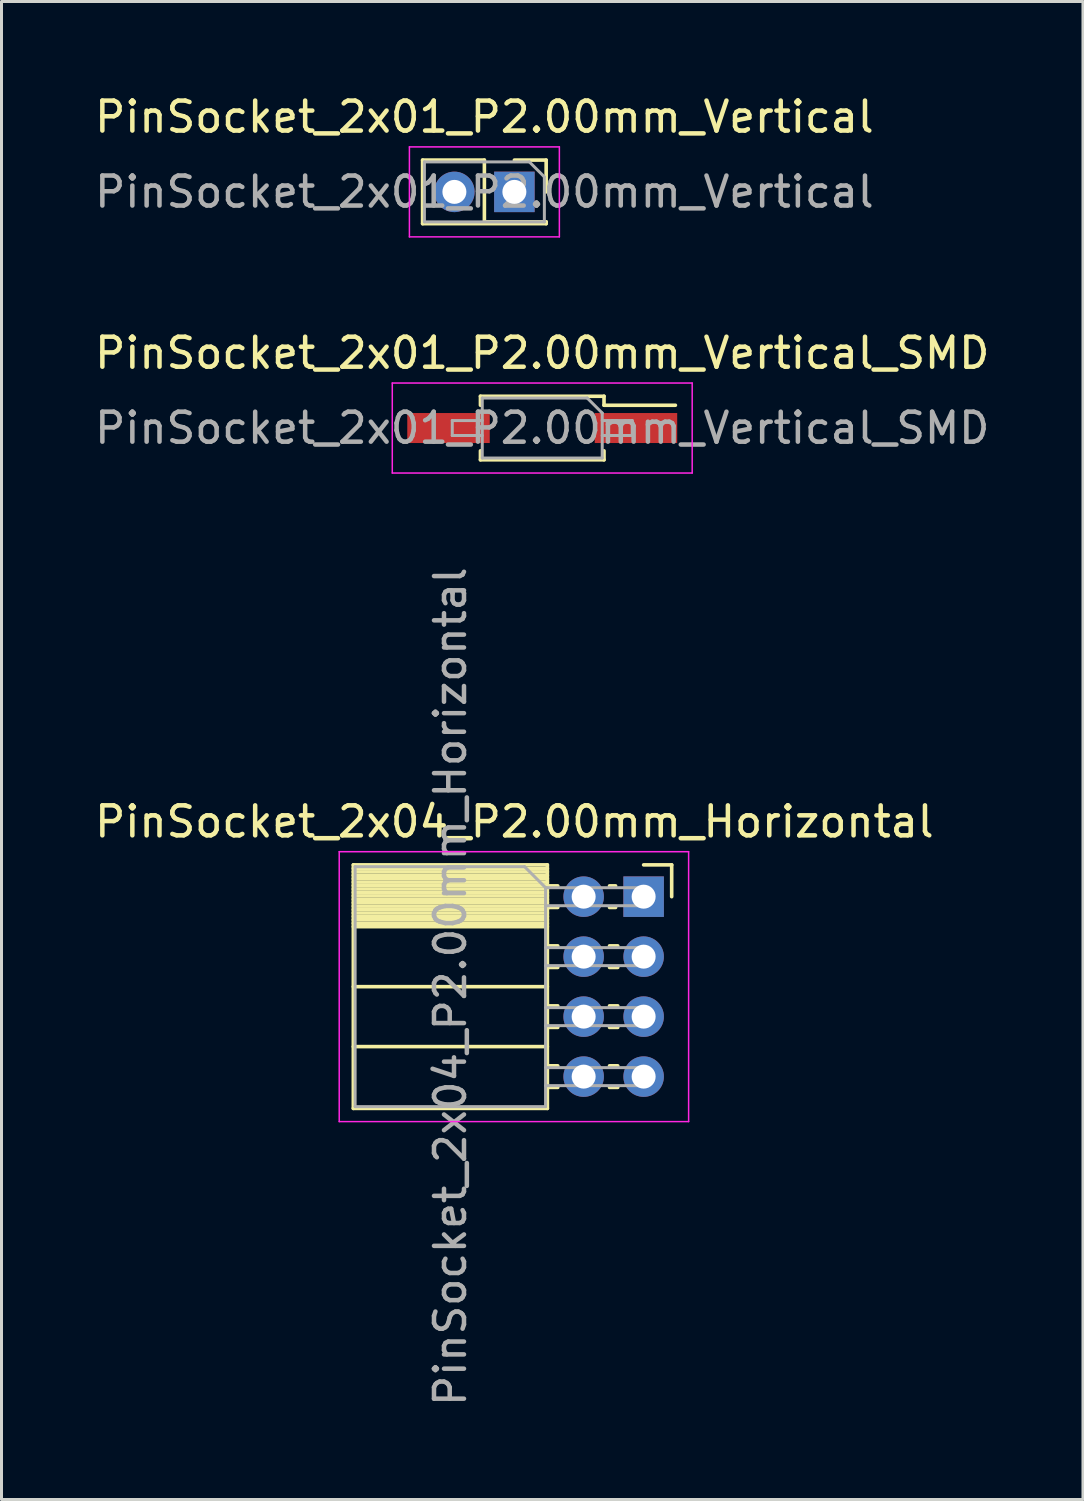
<source format=kicad_pcb>
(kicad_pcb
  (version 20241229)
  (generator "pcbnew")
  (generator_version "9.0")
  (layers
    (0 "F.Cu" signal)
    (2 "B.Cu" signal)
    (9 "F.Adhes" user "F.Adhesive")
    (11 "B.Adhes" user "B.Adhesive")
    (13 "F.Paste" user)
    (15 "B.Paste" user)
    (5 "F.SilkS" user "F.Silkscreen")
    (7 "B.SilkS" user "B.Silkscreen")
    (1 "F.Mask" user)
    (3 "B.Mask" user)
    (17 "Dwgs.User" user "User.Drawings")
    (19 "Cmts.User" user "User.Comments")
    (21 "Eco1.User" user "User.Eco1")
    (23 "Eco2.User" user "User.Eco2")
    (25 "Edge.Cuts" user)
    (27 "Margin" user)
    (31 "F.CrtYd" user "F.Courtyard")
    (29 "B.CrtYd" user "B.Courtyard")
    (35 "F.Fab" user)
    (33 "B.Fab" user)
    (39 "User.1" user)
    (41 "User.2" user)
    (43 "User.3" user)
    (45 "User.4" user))
  (footprint "PinSocket_2x01_P2.00mm_Vertical"
    (layer "F.Cu")
    (at 14.101 3.348)
    (property "Reference" "PinSocket_2x01_P2.00mm_Vertical" (at -1 -2.5 0) (layer "F.SilkS") (effects (font (size 1 1) (thickness 0.15))))
    (attr through_hole)
    (fp_line (start -3.06 -1.06) (end -3.06 1.06) (stroke (width 0.12) (type solid)) (layer "F.SilkS"))
    (fp_line (start -3.06 -1.06) (end -1 -1.06) (stroke (width 0.12) (type solid)) (layer "F.SilkS"))
    (fp_line (start -3.06 1.06) (end 1.06 1.06) (stroke (width 0.12) (type solid)) (layer "F.SilkS"))
    (fp_line (start -1 -1.06) (end -1 1) (stroke (width 0.12) (type solid)) (layer "F.SilkS"))
    (fp_line (start -1 1) (end 1.06 1) (stroke (width 0.12) (type solid)) (layer "F.SilkS"))
    (fp_line (start 0 -1.06) (end 1.06 -1.06) (stroke (width 0.12) (type solid)) (layer "F.SilkS"))
    (fp_line (start 1.06 -1.06) (end 1.06 0) (stroke (width 0.12) (type solid)) (layer "F.SilkS"))
    (fp_line (start 1.06 1) (end 1.06 1.06) (stroke (width 0.12) (type solid)) (layer "F.SilkS"))
    (fp_line (start -3.5 -1.5) (end 1.5 -1.5) (stroke (width 0.05) (type solid)) (layer "F.CrtYd"))
    (fp_line (start -3.5 1.5) (end -3.5 -1.5) (stroke (width 0.05) (type solid)) (layer "F.CrtYd"))
    (fp_line (start 1.5 -1.5) (end 1.5 1.5) (stroke (width 0.05) (type solid)) (layer "F.CrtYd"))
    (fp_line (start 1.5 1.5) (end -3.5 1.5) (stroke (width 0.05) (type solid)) (layer "F.CrtYd"))
    (fp_line (start -3 -1) (end 0.5 -1) (stroke (width 0.1) (type solid)) (layer "F.Fab"))
    (fp_line (start -3 1) (end -3 -1) (stroke (width 0.1) (type solid)) (layer "F.Fab"))
    (fp_line (start 0.5 -1) (end 1 -0.5) (stroke (width 0.1) (type solid)) (layer "F.Fab"))
    (fp_line (start 1 -0.5) (end 1 1) (stroke (width 0.1) (type solid)) (layer "F.Fab"))
    (fp_line (start 1 1) (end -3 1) (stroke (width 0.1) (type solid)) (layer "F.Fab"))
    (fp_text user "${REFERENCE}" (at -1 0 0) (layer "F.Fab") (effects (font (size 1 1) (thickness 0.15))))
    (pad "1" thru_hole rect (at 0 0) (size 1.35 1.35) (drill 0.8) (layers "*.Cu" "*.Mask"))
    (pad "2" thru_hole oval (at -2 0) (size 1.35 1.35) (drill 0.8) (layers "*.Cu" "*.Mask")))
  (footprint "PinSocket_2x04_P2.00mm_Horizontal"
    (layer "F.Cu")
    (at 18.411 26.848)
    (property "Reference" "PinSocket_2x04_P2.00mm_Horizontal" (at -4.31 -2.5 0) (layer "F.SilkS") (effects (font (size 1 1) (thickness 0.15))))
    (attr through_hole)
    (fp_line (start -9.68 -1.06) (end -9.68 7.06) (stroke (width 0.12) (type solid)) (layer "F.SilkS"))
    (fp_line (start -9.68 -1.06) (end -3.21 -1.06) (stroke (width 0.12) (type solid)) (layer "F.SilkS"))
    (fp_line (start -9.68 -0.94) (end -3.21 -0.94) (stroke (width 0.12) (type solid)) (layer "F.SilkS"))
    (fp_line (start -9.68 -0.826) (end -3.21 -0.826) (stroke (width 0.12) (type solid)) (layer "F.SilkS"))
    (fp_line (start -9.68 -0.712) (end -3.21 -0.712) (stroke (width 0.12) (type solid)) (layer "F.SilkS"))
    (fp_line (start -9.68 -0.598) (end -3.21 -0.598) (stroke (width 0.12) (type solid)) (layer "F.SilkS"))
    (fp_line (start -9.68 -0.484) (end -3.21 -0.484) (stroke (width 0.12) (type solid)) (layer "F.SilkS"))
    (fp_line (start -9.68 -0.369) (end -3.21 -0.369) (stroke (width 0.12) (type solid)) (layer "F.SilkS"))
    (fp_line (start -9.68 -0.255) (end -3.21 -0.255) (stroke (width 0.12) (type solid)) (layer "F.SilkS"))
    (fp_line (start -9.68 -0.141) (end -3.21 -0.141) (stroke (width 0.12) (type solid)) (layer "F.SilkS"))
    (fp_line (start -9.68 -0.027) (end -3.21 -0.027) (stroke (width 0.12) (type solid)) (layer "F.SilkS"))
    (fp_line (start -9.68 0.087) (end -3.21 0.087) (stroke (width 0.12) (type solid)) (layer "F.SilkS"))
    (fp_line (start -9.68 0.201) (end -3.21 0.201) (stroke (width 0.12) (type solid)) (layer "F.SilkS"))
    (fp_line (start -9.68 0.315) (end -3.21 0.315) (stroke (width 0.12) (type solid)) (layer "F.SilkS"))
    (fp_line (start -9.68 0.429) (end -3.21 0.429) (stroke (width 0.12) (type solid)) (layer "F.SilkS"))
    (fp_line (start -9.68 0.544) (end -3.21 0.544) (stroke (width 0.12) (type solid)) (layer "F.SilkS"))
    (fp_line (start -9.68 0.658) (end -3.21 0.658) (stroke (width 0.12) (type solid)) (layer "F.SilkS"))
    (fp_line (start -9.68 0.772) (end -3.21 0.772) (stroke (width 0.12) (type solid)) (layer "F.SilkS"))
    (fp_line (start -9.68 0.886) (end -3.21 0.886) (stroke (width 0.12) (type solid)) (layer "F.SilkS"))
    (fp_line (start -9.68 1) (end -3.21 1) (stroke (width 0.12) (type solid)) (layer "F.SilkS"))
    (fp_line (start -9.68 3) (end -3.21 3) (stroke (width 0.12) (type solid)) (layer "F.SilkS"))
    (fp_line (start -9.68 5) (end -3.21 5) (stroke (width 0.12) (type solid)) (layer "F.SilkS"))
    (fp_line (start -9.68 7.06) (end -3.21 7.06) (stroke (width 0.12) (type solid)) (layer "F.SilkS"))
    (fp_line (start -3.21 -1.06) (end -3.21 7.06) (stroke (width 0.12) (type solid)) (layer "F.SilkS"))
    (fp_line (start -3.21 -0.36) (end -2.863 -0.36) (stroke (width 0.12) (type solid)) (layer "F.SilkS"))
    (fp_line (start -3.21 0.36) (end -2.863 0.36) (stroke (width 0.12) (type solid)) (layer "F.SilkS"))
    (fp_line (start -3.21 1.64) (end -2.863 1.64) (stroke (width 0.12) (type solid)) (layer "F.SilkS"))
    (fp_line (start -3.21 2.36) (end -2.863 2.36) (stroke (width 0.12) (type solid)) (layer "F.SilkS"))
    (fp_line (start -3.21 3.64) (end -2.863 3.64) (stroke (width 0.12) (type solid)) (layer "F.SilkS"))
    (fp_line (start -3.21 4.36) (end -2.863 4.36) (stroke (width 0.12) (type solid)) (layer "F.SilkS"))
    (fp_line (start -3.21 5.64) (end -2.863 5.64) (stroke (width 0.12) (type solid)) (layer "F.SilkS"))
    (fp_line (start -3.21 6.36) (end -2.863 6.36) (stroke (width 0.12) (type solid)) (layer "F.SilkS"))
    (fp_line (start -1.137 -0.36) (end -0.935 -0.36) (stroke (width 0.12) (type solid)) (layer "F.SilkS"))
    (fp_line (start -1.137 0.36) (end -0.935 0.36) (stroke (width 0.12) (type solid)) (layer "F.SilkS"))
    (fp_line (start -1.137 1.64) (end -0.863 1.64) (stroke (width 0.12) (type solid)) (layer "F.SilkS"))
    (fp_line (start -1.137 2.36) (end -0.863 2.36) (stroke (width 0.12) (type solid)) (layer "F.SilkS"))
    (fp_line (start -1.137 3.64) (end -0.863 3.64) (stroke (width 0.12) (type solid)) (layer "F.SilkS"))
    (fp_line (start -1.137 4.36) (end -0.863 4.36) (stroke (width 0.12) (type solid)) (layer "F.SilkS"))
    (fp_line (start -1.137 5.64) (end -0.863 5.64) (stroke (width 0.12) (type solid)) (layer "F.SilkS"))
    (fp_line (start -1.137 6.36) (end -0.863 6.36) (stroke (width 0.12) (type solid)) (layer "F.SilkS"))
    (fp_line (start 0 -1.06) (end 0.935 -1.06) (stroke (width 0.12) (type solid)) (layer "F.SilkS"))
    (fp_line (start 0.935 -1.06) (end 0.935 0) (stroke (width 0.12) (type solid)) (layer "F.SilkS"))
    (fp_line (start -10.15 -1.5) (end -10.15 7.5) (stroke (width 0.05) (type solid)) (layer "F.CrtYd"))
    (fp_line (start -10.15 7.5) (end 1.5 7.5) (stroke (width 0.05) (type solid)) (layer "F.CrtYd"))
    (fp_line (start 1.5 -1.5) (end -10.15 -1.5) (stroke (width 0.05) (type solid)) (layer "F.CrtYd"))
    (fp_line (start 1.5 7.5) (end 1.5 -1.5) (stroke (width 0.05) (type solid)) (layer "F.CrtYd"))
    (fp_line (start -9.62 -1) (end -3.97 -1) (stroke (width 0.1) (type solid)) (layer "F.Fab"))
    (fp_line (start -9.62 7) (end -9.62 -1) (stroke (width 0.1) (type solid)) (layer "F.Fab"))
    (fp_line (start -3.97 -1) (end -3.27 -0.3) (stroke (width 0.1) (type solid)) (layer "F.Fab"))
    (fp_line (start -3.27 -0.3) (end -3.27 7) (stroke (width 0.1) (type solid)) (layer "F.Fab"))
    (fp_line (start -3.27 0.3) (end 0 0.3) (stroke (width 0.1) (type solid)) (layer "F.Fab"))
    (fp_line (start -3.27 2.3) (end 0 2.3) (stroke (width 0.1) (type solid)) (layer "F.Fab"))
    (fp_line (start -3.27 4.3) (end 0 4.3) (stroke (width 0.1) (type solid)) (layer "F.Fab"))
    (fp_line (start -3.27 6.3) (end 0 6.3) (stroke (width 0.1) (type solid)) (layer "F.Fab"))
    (fp_line (start -3.27 7) (end -9.62 7) (stroke (width 0.1) (type solid)) (layer "F.Fab"))
    (fp_line (start 0 -0.3) (end -3.27 -0.3) (stroke (width 0.1) (type solid)) (layer "F.Fab"))
    (fp_line (start 0 0.3) (end 0 -0.3) (stroke (width 0.1) (type solid)) (layer "F.Fab"))
    (fp_line (start 0 1.7) (end -3.27 1.7) (stroke (width 0.1) (type solid)) (layer "F.Fab"))
    (fp_line (start 0 2.3) (end 0 1.7) (stroke (width 0.1) (type solid)) (layer "F.Fab"))
    (fp_line (start 0 3.7) (end -3.27 3.7) (stroke (width 0.1) (type solid)) (layer "F.Fab"))
    (fp_line (start 0 4.3) (end 0 3.7) (stroke (width 0.1) (type solid)) (layer "F.Fab"))
    (fp_line (start 0 5.7) (end -3.27 5.7) (stroke (width 0.1) (type solid)) (layer "F.Fab"))
    (fp_line (start 0 6.3) (end 0 5.7) (stroke (width 0.1) (type solid)) (layer "F.Fab"))
    (fp_text user "${REFERENCE}" (at -6.445 3 90) (layer "F.Fab") (effects (font (size 1 1) (thickness 0.15))))
    (pad "1" thru_hole rect (at 0 0) (size 1.35 1.35) (drill 0.8) (layers "*.Cu" "*.Mask"))
    (pad "2" thru_hole oval (at -2 0) (size 1.35 1.35) (drill 0.8) (layers "*.Cu" "*.Mask"))
    (pad "3" thru_hole oval (at 0 2) (size 1.35 1.35) (drill 0.8) (layers "*.Cu" "*.Mask"))
    (pad "4" thru_hole oval (at -2 2) (size 1.35 1.35) (drill 0.8) (layers "*.Cu" "*.Mask"))
    (pad "5" thru_hole oval (at 0 4) (size 1.35 1.35) (drill 0.8) (layers "*.Cu" "*.Mask"))
    (pad "6" thru_hole oval (at -2 4) (size 1.35 1.35) (drill 0.8) (layers "*.Cu" "*.Mask"))
    (pad "7" thru_hole oval (at 0 6) (size 1.35 1.35) (drill 0.8) (layers "*.Cu" "*.Mask"))
    (pad "8" thru_hole oval (at -2 6) (size 1.35 1.35) (drill 0.8) (layers "*.Cu" "*.Mask")))
  (footprint "PinSocket_2x01_P2.00mm_Vertical_SMD"
    (layer "F.Cu")
    (at 15.03 11.222)
    (property "Reference" "PinSocket_2x01_P2.00mm_Vertical_SMD" (at 0 -2.5 0) (layer "F.SilkS") (effects (font (size 1 1) (thickness 0.15))))
    (attr smd)
    (fp_line (start -2.06 -1.06) (end -2.06 -0.76) (stroke (width 0.12) (type solid)) (layer "F.SilkS"))
    (fp_line (start -2.06 -1.06) (end 2.06 -1.06) (stroke (width 0.12) (type solid)) (layer "F.SilkS"))
    (fp_line (start -2.06 0.76) (end -2.06 1.06) (stroke (width 0.12) (type solid)) (layer "F.SilkS"))
    (fp_line (start -2.06 1.06) (end 2.06 1.06) (stroke (width 0.12) (type solid)) (layer "F.SilkS"))
    (fp_line (start 2.06 -1.06) (end 2.06 -0.76) (stroke (width 0.12) (type solid)) (layer "F.SilkS"))
    (fp_line (start 2.06 -0.76) (end 4.44 -0.76) (stroke (width 0.12) (type solid)) (layer "F.SilkS"))
    (fp_line (start 2.06 0.76) (end 2.06 1.06) (stroke (width 0.12) (type solid)) (layer "F.SilkS"))
    (fp_line (start -5 -1.5) (end 5 -1.5) (stroke (width 0.05) (type solid)) (layer "F.CrtYd"))
    (fp_line (start -5 1.5) (end -5 -1.5) (stroke (width 0.05) (type solid)) (layer "F.CrtYd"))
    (fp_line (start 5 -1.5) (end 5 1.5) (stroke (width 0.05) (type solid)) (layer "F.CrtYd"))
    (fp_line (start 5 1.5) (end -5 1.5) (stroke (width 0.05) (type solid)) (layer "F.CrtYd"))
    (fp_line (start -3 -0.25) (end -2 -0.25) (stroke (width 0.1) (type solid)) (layer "F.Fab"))
    (fp_line (start -3 0.25) (end -3 -0.25) (stroke (width 0.1) (type solid)) (layer "F.Fab"))
    (fp_line (start -2 -1) (end 1.5 -1) (stroke (width 0.1) (type solid)) (layer "F.Fab"))
    (fp_line (start -2 0.25) (end -3 0.25) (stroke (width 0.1) (type solid)) (layer "F.Fab"))
    (fp_line (start -2 1) (end -2 -1) (stroke (width 0.1) (type solid)) (layer "F.Fab"))
    (fp_line (start 1.5 -1) (end 2 -0.5) (stroke (width 0.1) (type solid)) (layer "F.Fab"))
    (fp_line (start 2 -0.5) (end 2 1) (stroke (width 0.1) (type solid)) (layer "F.Fab"))
    (fp_line (start 2 -0.25) (end 3 -0.25) (stroke (width 0.1) (type solid)) (layer "F.Fab"))
    (fp_line (start 2 1) (end -2 1) (stroke (width 0.1) (type solid)) (layer "F.Fab"))
    (fp_line (start 3 -0.25) (end 3 0.25) (stroke (width 0.1) (type solid)) (layer "F.Fab"))
    (fp_line (start 3 0.25) (end 2 0.25) (stroke (width 0.1) (type solid)) (layer "F.Fab"))
    (fp_text user "${REFERENCE}" (at 0 0 0) (layer "F.Fab") (effects (font (size 1 1) (thickness 0.15))))
    (pad "1" smd rect (at 3.125 0) (size 2.75 1) (layers "F.Cu" "F.Mask" "F.Paste"))
    (pad "2" smd rect (at -3.125 0) (size 2.75 1) (layers "F.Cu" "F.Mask" "F.Paste")))
  (gr_rect
    (start -3 -3)
    (end 33.06 46.949)
    (stroke (width 0.1) (type default))
    (fill no)
    (layer "Edge.Cuts")))
</source>
